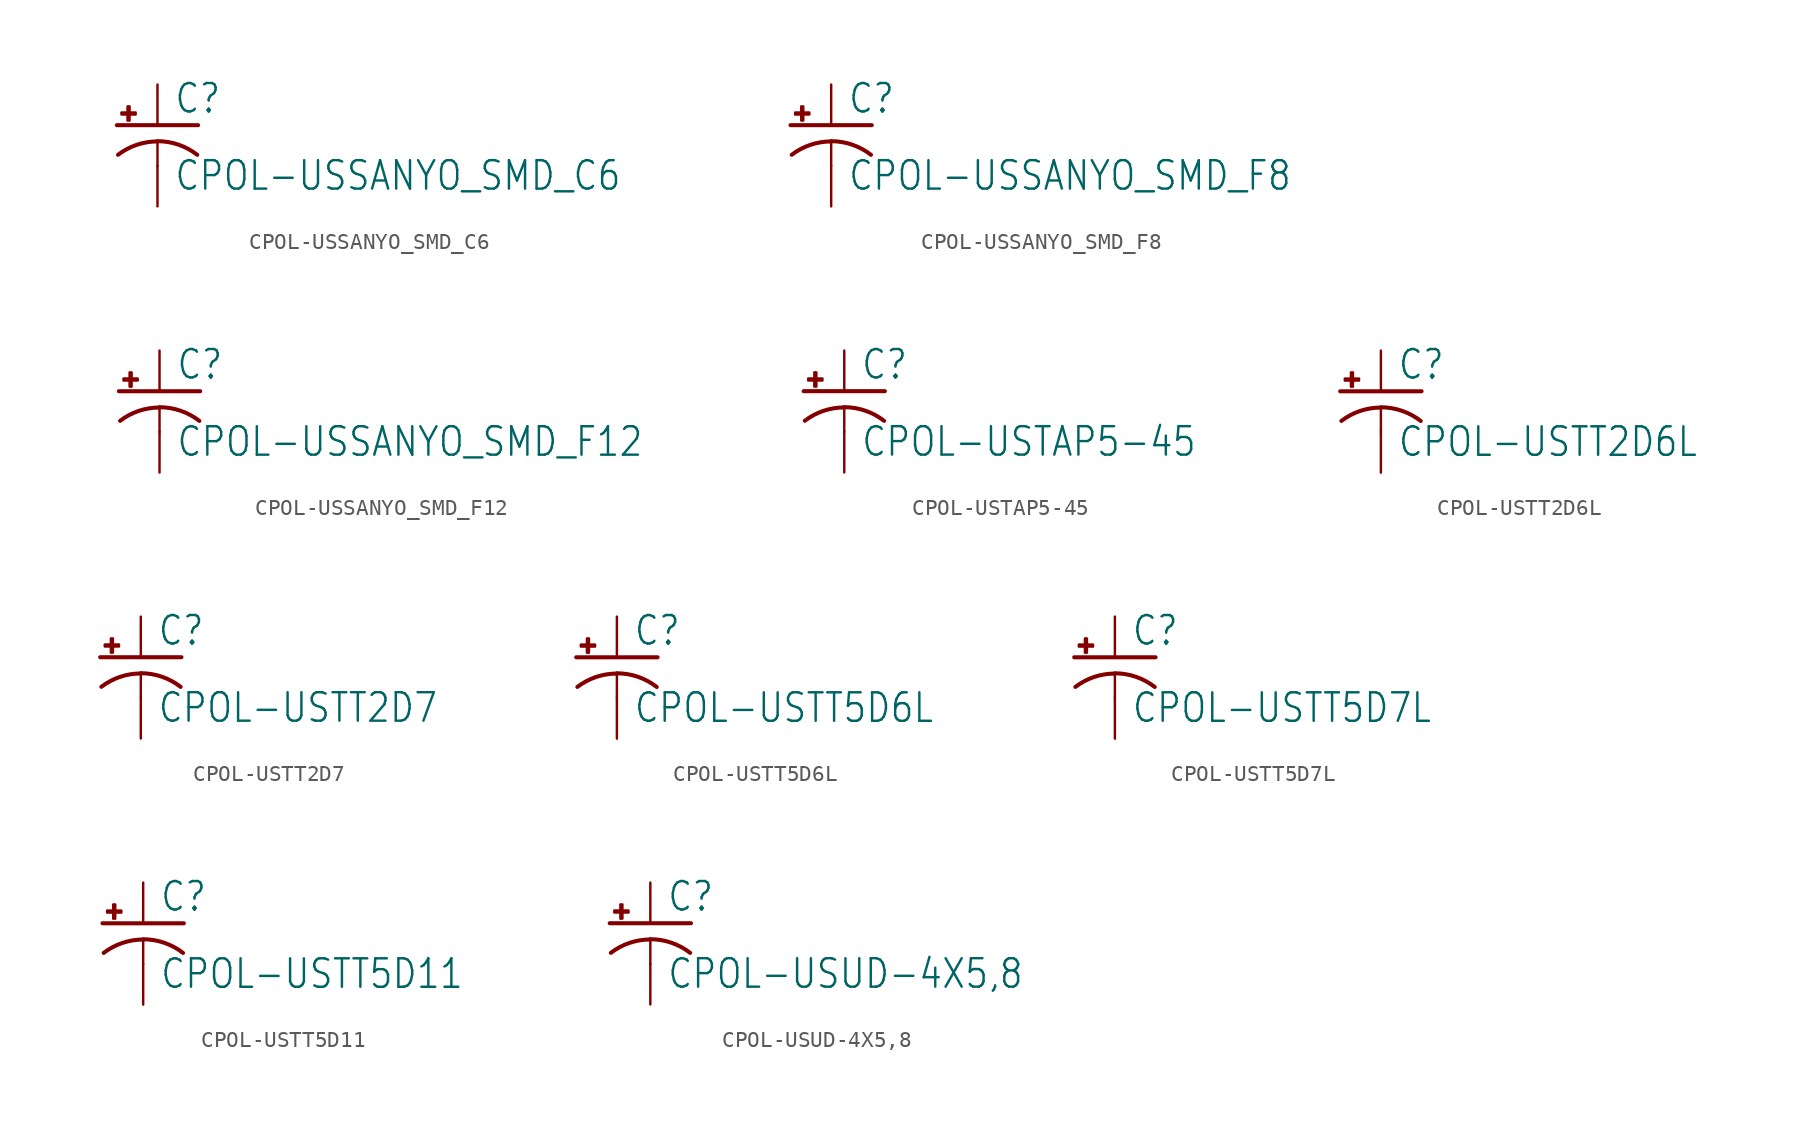
<source format=kicad_sym>
(kicad_symbol_lib
  (version 20211014)
  (generator kicad_symbol_editor)
  (symbol "CPOL-USSANYO_SMD_C6"
    (property "Reference" "C"
      (at 1.016 0.635 0)
      (effects (font (size 1.778 1.511)) (justify left bottom)))
    (property "Value" "CPOL-USSANYO_SMD_C6"
      (at 1.016 -4.191 0)
      (effects (font (size 1.778 1.511)) (justify left bottom)))
    (property "ki_locked" ""
      (at 0 0 0)
      (effects (font (size 1.27 1.27))))
    (symbol "CPOL-USSANYO_SMD_C6_1_0"
      (rectangle (start -2.253 0.668) (end -1.364 0.795) (stroke (width 0) (type default) (color 0 0 0 0)) (fill (type outline)))
      (rectangle (start -1.872 0.287) (end -1.745 1.176) (stroke (width 0) (type default) (color 0 0 0 0)) (fill (type outline)))
      (arc (start 0 -1.0161) (mid -1.3021 -1.2302) (end -2.4669 -1.8504) (stroke (width 0.254) (type default) (color 0 0 0 0)) (fill (type none)))
      (polyline (pts (xy -2.54 0) (xy 2.54 0)) (stroke (width 0.254) (type default) (color 0 0 0 0)) (fill (type none)))
      (polyline (pts (xy 0 -1.016) (xy 0 -2.54)) (stroke (width 0.152) (type default) (color 0 0 0 0)) (fill (type none)))
      (arc (start 2.4892 -1.8542) (mid 1.3158 -1.2195) (end 0 -1) (stroke (width 0.254) (type default) (color 0 0 0 0)) (fill (type none)))
      (pin passive line (at 0 2.54 270) (length 2.54) (name "+" (effects (font (size 0 0)))) (number "+" (effects (font (size 0 0)))))
      (pin passive line (at 0 -5.08 90) (length 2.54) (name "-" (effects (font (size 0 0)))) (number "-" (effects (font (size 0 0)))))))
  (symbol "CPOL-USSANYO_SMD_F8"
    (property "Reference" "C"
      (at 1.016 0.635 0)
      (effects (font (size 1.778 1.511)) (justify left bottom)))
    (property "Value" "CPOL-USSANYO_SMD_F8"
      (at 1.016 -4.191 0)
      (effects (font (size 1.778 1.511)) (justify left bottom)))
    (property "ki_locked" ""
      (at 0 0 0)
      (effects (font (size 1.27 1.27))))
    (symbol "CPOL-USSANYO_SMD_F8_1_0"
      (rectangle (start -2.253 0.668) (end -1.364 0.795) (stroke (width 0) (type default) (color 0 0 0 0)) (fill (type outline)))
      (rectangle (start -1.872 0.287) (end -1.745 1.176) (stroke (width 0) (type default) (color 0 0 0 0)) (fill (type outline)))
      (arc (start 0 -1.0161) (mid -1.3021 -1.2302) (end -2.4669 -1.8504) (stroke (width 0.254) (type default) (color 0 0 0 0)) (fill (type none)))
      (polyline (pts (xy -2.54 0) (xy 2.54 0)) (stroke (width 0.254) (type default) (color 0 0 0 0)) (fill (type none)))
      (polyline (pts (xy 0 -1.016) (xy 0 -2.54)) (stroke (width 0.152) (type default) (color 0 0 0 0)) (fill (type none)))
      (arc (start 2.4892 -1.8542) (mid 1.3158 -1.2195) (end 0 -1) (stroke (width 0.254) (type default) (color 0 0 0 0)) (fill (type none)))
      (pin passive line (at 0 2.54 270) (length 2.54) (name "+" (effects (font (size 0 0)))) (number "+" (effects (font (size 0 0)))))
      (pin passive line (at 0 -5.08 90) (length 2.54) (name "-" (effects (font (size 0 0)))) (number "-" (effects (font (size 0 0)))))))
  (symbol "CPOL-USSANYO_SMD_F12"
    (property "Reference" "C"
      (at 1.016 0.635 0)
      (effects (font (size 1.778 1.511)) (justify left bottom)))
    (property "Value" "CPOL-USSANYO_SMD_F12"
      (at 1.016 -4.191 0)
      (effects (font (size 1.778 1.511)) (justify left bottom)))
    (property "ki_locked" ""
      (at 0 0 0)
      (effects (font (size 1.27 1.27))))
    (symbol "CPOL-USSANYO_SMD_F12_1_0"
      (rectangle (start -2.253 0.668) (end -1.364 0.795) (stroke (width 0) (type default) (color 0 0 0 0)) (fill (type outline)))
      (rectangle (start -1.872 0.287) (end -1.745 1.176) (stroke (width 0) (type default) (color 0 0 0 0)) (fill (type outline)))
      (arc (start 0 -1.0161) (mid -1.3021 -1.2302) (end -2.4669 -1.8504) (stroke (width 0.254) (type default) (color 0 0 0 0)) (fill (type none)))
      (polyline (pts (xy -2.54 0) (xy 2.54 0)) (stroke (width 0.254) (type default) (color 0 0 0 0)) (fill (type none)))
      (polyline (pts (xy 0 -1.016) (xy 0 -2.54)) (stroke (width 0.152) (type default) (color 0 0 0 0)) (fill (type none)))
      (arc (start 2.4892 -1.8542) (mid 1.3158 -1.2195) (end 0 -1) (stroke (width 0.254) (type default) (color 0 0 0 0)) (fill (type none)))
      (pin passive line (at 0 2.54 270) (length 2.54) (name "+" (effects (font (size 0 0)))) (number "+" (effects (font (size 0 0)))))
      (pin passive line (at 0 -5.08 90) (length 2.54) (name "-" (effects (font (size 0 0)))) (number "-" (effects (font (size 0 0)))))))
  (symbol "CPOL-USTAP5-45"
    (property "Reference" "C"
      (at 1.016 0.635 0)
      (effects (font (size 1.778 1.511)) (justify left bottom)))
    (property "Value" "CPOL-USTAP5-45"
      (at 1.016 -4.191 0)
      (effects (font (size 1.778 1.511)) (justify left bottom)))
    (property "ki_locked" ""
      (at 0 0 0)
      (effects (font (size 1.27 1.27))))
    (symbol "CPOL-USTAP5-45_1_0"
      (rectangle (start -2.253 0.668) (end -1.364 0.795) (stroke (width 0) (type default) (color 0 0 0 0)) (fill (type outline)))
      (rectangle (start -1.872 0.287) (end -1.745 1.176) (stroke (width 0) (type default) (color 0 0 0 0)) (fill (type outline)))
      (arc (start 0 -1.0161) (mid -1.3021 -1.2302) (end -2.4669 -1.8504) (stroke (width 0.254) (type default) (color 0 0 0 0)) (fill (type none)))
      (polyline (pts (xy -2.54 0) (xy 2.54 0)) (stroke (width 0.254) (type default) (color 0 0 0 0)) (fill (type none)))
      (polyline (pts (xy 0 -1.016) (xy 0 -2.54)) (stroke (width 0.152) (type default) (color 0 0 0 0)) (fill (type none)))
      (arc (start 2.4892 -1.8542) (mid 1.3158 -1.2195) (end 0 -1) (stroke (width 0.254) (type default) (color 0 0 0 0)) (fill (type none)))
      (pin passive line (at 0 2.54 270) (length 2.54) (name "+" (effects (font (size 0 0)))) (number "+" (effects (font (size 0 0)))))
      (pin passive line (at 0 -5.08 90) (length 2.54) (name "-" (effects (font (size 0 0)))) (number "-" (effects (font (size 0 0)))))))
  (symbol "CPOL-USTT2D6L"
    (property "Reference" "C"
      (at 1.016 0.635 0)
      (effects (font (size 1.778 1.511)) (justify left bottom)))
    (property "Value" "CPOL-USTT2D6L"
      (at 1.016 -4.191 0)
      (effects (font (size 1.778 1.511)) (justify left bottom)))
    (property "ki_locked" ""
      (at 0 0 0)
      (effects (font (size 1.27 1.27))))
    (symbol "CPOL-USTT2D6L_1_0"
      (rectangle (start -2.253 0.668) (end -1.364 0.795) (stroke (width 0) (type default) (color 0 0 0 0)) (fill (type outline)))
      (rectangle (start -1.872 0.287) (end -1.745 1.176) (stroke (width 0) (type default) (color 0 0 0 0)) (fill (type outline)))
      (arc (start 0 -1.0161) (mid -1.3021 -1.2302) (end -2.4669 -1.8504) (stroke (width 0.254) (type default) (color 0 0 0 0)) (fill (type none)))
      (polyline (pts (xy -2.54 0) (xy 2.54 0)) (stroke (width 0.254) (type default) (color 0 0 0 0)) (fill (type none)))
      (polyline (pts (xy 0 -1.016) (xy 0 -2.54)) (stroke (width 0.152) (type default) (color 0 0 0 0)) (fill (type none)))
      (arc (start 2.4892 -1.8542) (mid 1.3158 -1.2195) (end 0 -1) (stroke (width 0.254) (type default) (color 0 0 0 0)) (fill (type none)))
      (pin passive line (at 0 2.54 270) (length 2.54) (name "+" (effects (font (size 0 0)))) (number "+" (effects (font (size 0 0)))))
      (pin passive line (at 0 -5.08 90) (length 2.54) (name "-" (effects (font (size 0 0)))) (number "-" (effects (font (size 0 0)))))))
  (symbol "CPOL-USTT2D7"
    (property "Reference" "C"
      (at 1.016 0.635 0)
      (effects (font (size 1.778 1.511)) (justify left bottom)))
    (property "Value" "CPOL-USTT2D7"
      (at 1.016 -4.191 0)
      (effects (font (size 1.778 1.511)) (justify left bottom)))
    (property "ki_locked" ""
      (at 0 0 0)
      (effects (font (size 1.27 1.27))))
    (symbol "CPOL-USTT2D7_1_0"
      (rectangle (start -2.253 0.668) (end -1.364 0.795) (stroke (width 0) (type default) (color 0 0 0 0)) (fill (type outline)))
      (rectangle (start -1.872 0.287) (end -1.745 1.176) (stroke (width 0) (type default) (color 0 0 0 0)) (fill (type outline)))
      (arc (start 0 -1.0161) (mid -1.3021 -1.2302) (end -2.4669 -1.8504) (stroke (width 0.254) (type default) (color 0 0 0 0)) (fill (type none)))
      (polyline (pts (xy -2.54 0) (xy 2.54 0)) (stroke (width 0.254) (type default) (color 0 0 0 0)) (fill (type none)))
      (polyline (pts (xy 0 -1.016) (xy 0 -2.54)) (stroke (width 0.152) (type default) (color 0 0 0 0)) (fill (type none)))
      (arc (start 2.4892 -1.8542) (mid 1.3158 -1.2195) (end 0 -1) (stroke (width 0.254) (type default) (color 0 0 0 0)) (fill (type none)))
      (pin passive line (at 0 2.54 270) (length 2.54) (name "+" (effects (font (size 0 0)))) (number "+" (effects (font (size 0 0)))))
      (pin passive line (at 0 -5.08 90) (length 2.54) (name "-" (effects (font (size 0 0)))) (number "-" (effects (font (size 0 0)))))))
  (symbol "CPOL-USTT5D6L"
    (property "Reference" "C"
      (at 1.016 0.635 0)
      (effects (font (size 1.778 1.511)) (justify left bottom)))
    (property "Value" "CPOL-USTT5D6L"
      (at 1.016 -4.191 0)
      (effects (font (size 1.778 1.511)) (justify left bottom)))
    (property "ki_locked" ""
      (at 0 0 0)
      (effects (font (size 1.27 1.27))))
    (symbol "CPOL-USTT5D6L_1_0"
      (rectangle (start -2.253 0.668) (end -1.364 0.795) (stroke (width 0) (type default) (color 0 0 0 0)) (fill (type outline)))
      (rectangle (start -1.872 0.287) (end -1.745 1.176) (stroke (width 0) (type default) (color 0 0 0 0)) (fill (type outline)))
      (arc (start 0 -1.0161) (mid -1.3021 -1.2302) (end -2.4669 -1.8504) (stroke (width 0.254) (type default) (color 0 0 0 0)) (fill (type none)))
      (polyline (pts (xy -2.54 0) (xy 2.54 0)) (stroke (width 0.254) (type default) (color 0 0 0 0)) (fill (type none)))
      (polyline (pts (xy 0 -1.016) (xy 0 -2.54)) (stroke (width 0.152) (type default) (color 0 0 0 0)) (fill (type none)))
      (arc (start 2.4892 -1.8542) (mid 1.3158 -1.2195) (end 0 -1) (stroke (width 0.254) (type default) (color 0 0 0 0)) (fill (type none)))
      (pin passive line (at 0 2.54 270) (length 2.54) (name "+" (effects (font (size 0 0)))) (number "+" (effects (font (size 0 0)))))
      (pin passive line (at 0 -5.08 90) (length 2.54) (name "-" (effects (font (size 0 0)))) (number "-" (effects (font (size 0 0)))))))
  (symbol "CPOL-USTT5D7L"
    (property "Reference" "C"
      (at 1.016 0.635 0)
      (effects (font (size 1.778 1.511)) (justify left bottom)))
    (property "Value" "CPOL-USTT5D7L"
      (at 1.016 -4.191 0)
      (effects (font (size 1.778 1.511)) (justify left bottom)))
    (property "ki_locked" ""
      (at 0 0 0)
      (effects (font (size 1.27 1.27))))
    (symbol "CPOL-USTT5D7L_1_0"
      (rectangle (start -2.253 0.668) (end -1.364 0.795) (stroke (width 0) (type default) (color 0 0 0 0)) (fill (type outline)))
      (rectangle (start -1.872 0.287) (end -1.745 1.176) (stroke (width 0) (type default) (color 0 0 0 0)) (fill (type outline)))
      (arc (start 0 -1.0161) (mid -1.3021 -1.2302) (end -2.4669 -1.8504) (stroke (width 0.254) (type default) (color 0 0 0 0)) (fill (type none)))
      (polyline (pts (xy -2.54 0) (xy 2.54 0)) (stroke (width 0.254) (type default) (color 0 0 0 0)) (fill (type none)))
      (polyline (pts (xy 0 -1.016) (xy 0 -2.54)) (stroke (width 0.152) (type default) (color 0 0 0 0)) (fill (type none)))
      (arc (start 2.4892 -1.8542) (mid 1.3158 -1.2195) (end 0 -1) (stroke (width 0.254) (type default) (color 0 0 0 0)) (fill (type none)))
      (pin passive line (at 0 2.54 270) (length 2.54) (name "+" (effects (font (size 0 0)))) (number "+" (effects (font (size 0 0)))))
      (pin passive line (at 0 -5.08 90) (length 2.54) (name "-" (effects (font (size 0 0)))) (number "-" (effects (font (size 0 0)))))))
  (symbol "CPOL-USTT5D11"
    (property "Reference" "C"
      (at 1.016 0.635 0)
      (effects (font (size 1.778 1.511)) (justify left bottom)))
    (property "Value" "CPOL-USTT5D11"
      (at 1.016 -4.191 0)
      (effects (font (size 1.778 1.511)) (justify left bottom)))
    (property "ki_locked" ""
      (at 0 0 0)
      (effects (font (size 1.27 1.27))))
    (symbol "CPOL-USTT5D11_1_0"
      (rectangle (start -2.253 0.668) (end -1.364 0.795) (stroke (width 0) (type default) (color 0 0 0 0)) (fill (type outline)))
      (rectangle (start -1.872 0.287) (end -1.745 1.176) (stroke (width 0) (type default) (color 0 0 0 0)) (fill (type outline)))
      (arc (start 0 -1.0161) (mid -1.3021 -1.2302) (end -2.4669 -1.8504) (stroke (width 0.254) (type default) (color 0 0 0 0)) (fill (type none)))
      (polyline (pts (xy -2.54 0) (xy 2.54 0)) (stroke (width 0.254) (type default) (color 0 0 0 0)) (fill (type none)))
      (polyline (pts (xy 0 -1.016) (xy 0 -2.54)) (stroke (width 0.152) (type default) (color 0 0 0 0)) (fill (type none)))
      (arc (start 2.4892 -1.8542) (mid 1.3158 -1.2195) (end 0 -1) (stroke (width 0.254) (type default) (color 0 0 0 0)) (fill (type none)))
      (pin passive line (at 0 2.54 270) (length 2.54) (name "+" (effects (font (size 0 0)))) (number "+" (effects (font (size 0 0)))))
      (pin passive line (at 0 -5.08 90) (length 2.54) (name "-" (effects (font (size 0 0)))) (number "-" (effects (font (size 0 0)))))))
  (symbol "CPOL-USUD-4X5,8"
    (property "Reference" "C"
      (at 1.016 0.635 0)
      (effects (font (size 1.778 1.511)) (justify left bottom)))
    (property "Value" "CPOL-USUD-4X5,8"
      (at 1.016 -4.191 0)
      (effects (font (size 1.778 1.511)) (justify left bottom)))
    (property "ki_locked" ""
      (at 0 0 0)
      (effects (font (size 1.27 1.27))))
    (symbol "CPOL-USUD-4X5,8_1_0"
      (rectangle (start -2.253 0.668) (end -1.364 0.795) (stroke (width 0) (type default) (color 0 0 0 0)) (fill (type outline)))
      (rectangle (start -1.872 0.287) (end -1.745 1.176) (stroke (width 0) (type default) (color 0 0 0 0)) (fill (type outline)))
      (arc (start 0 -1.0161) (mid -1.3021 -1.2302) (end -2.4669 -1.8504) (stroke (width 0.254) (type default) (color 0 0 0 0)) (fill (type none)))
      (polyline (pts (xy -2.54 0) (xy 2.54 0)) (stroke (width 0.254) (type default) (color 0 0 0 0)) (fill (type none)))
      (polyline (pts (xy 0 -1.016) (xy 0 -2.54)) (stroke (width 0.152) (type default) (color 0 0 0 0)) (fill (type none)))
      (arc (start 2.4892 -1.8542) (mid 1.3158 -1.2195) (end 0 -1) (stroke (width 0.254) (type default) (color 0 0 0 0)) (fill (type none)))
      (pin passive line (at 0 2.54 270) (length 2.54) (name "+" (effects (font (size 0 0)))) (number "+" (effects (font (size 0 0)))))
      (pin passive line (at 0 -5.08 90) (length 2.54) (name "-" (effects (font (size 0 0)))) (number "-" (effects (font (size 0 0))))))))
</source>
